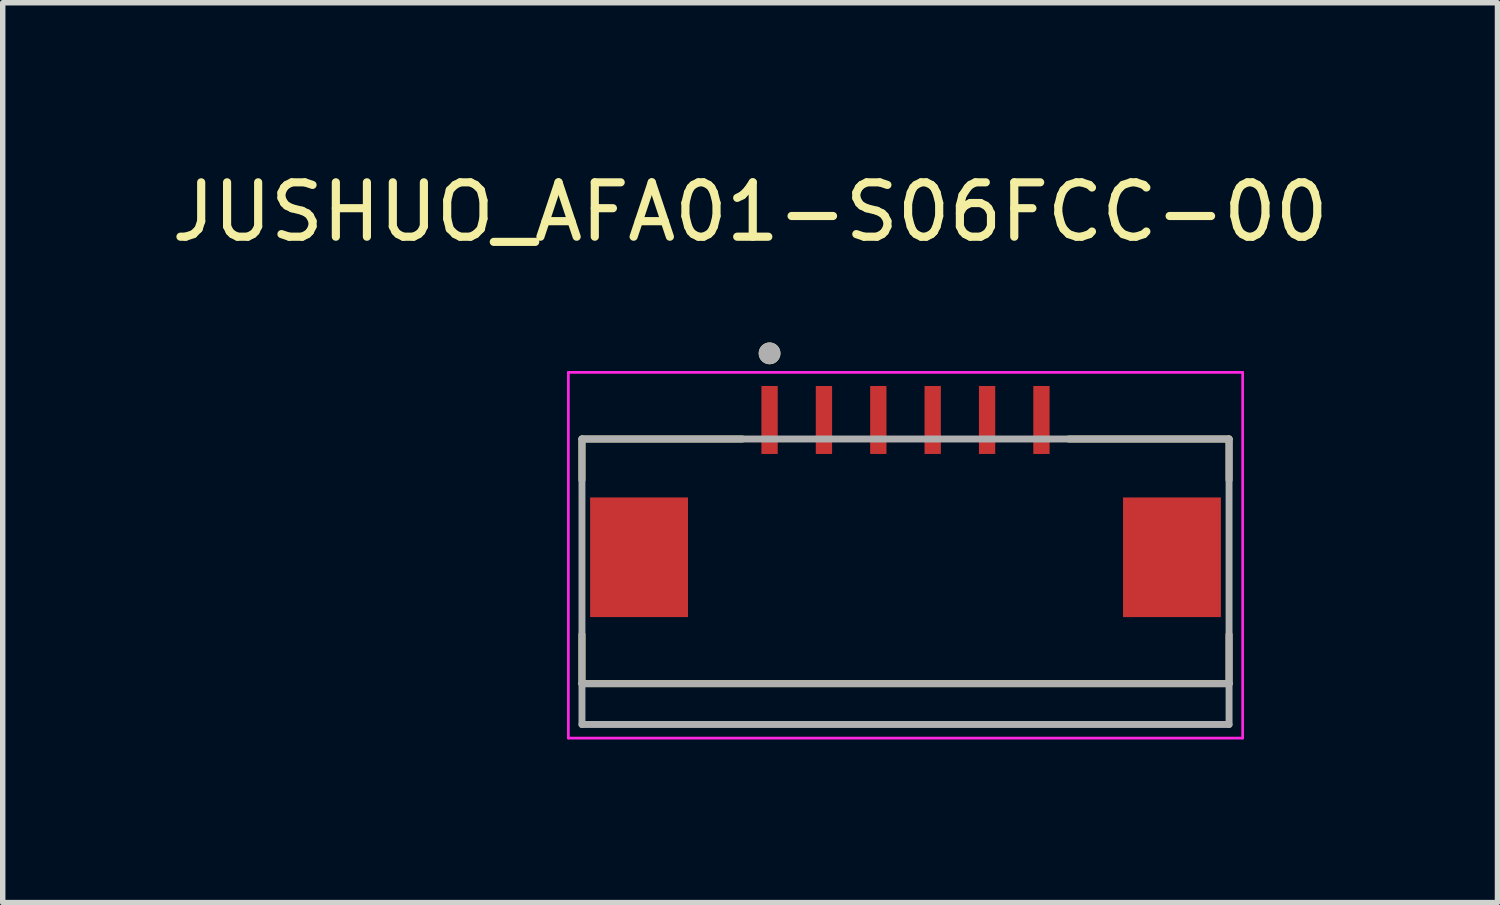
<source format=kicad_pcb>
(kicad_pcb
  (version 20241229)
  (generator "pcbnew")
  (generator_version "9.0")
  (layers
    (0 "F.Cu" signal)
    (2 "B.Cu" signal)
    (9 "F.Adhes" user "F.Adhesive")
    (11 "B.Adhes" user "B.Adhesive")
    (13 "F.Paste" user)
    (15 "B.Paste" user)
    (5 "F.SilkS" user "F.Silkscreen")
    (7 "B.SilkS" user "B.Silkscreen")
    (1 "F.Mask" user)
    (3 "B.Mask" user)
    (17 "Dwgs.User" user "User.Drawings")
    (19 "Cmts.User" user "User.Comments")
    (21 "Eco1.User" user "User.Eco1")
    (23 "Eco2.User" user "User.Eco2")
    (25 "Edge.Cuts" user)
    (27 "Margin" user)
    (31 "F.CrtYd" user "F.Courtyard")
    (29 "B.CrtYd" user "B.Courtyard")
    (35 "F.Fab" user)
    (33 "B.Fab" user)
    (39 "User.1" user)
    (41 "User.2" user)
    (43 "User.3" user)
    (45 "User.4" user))
  (footprint "JUSHUO_AFA01-S06FCC-00"
    (layer "F.Cu")
    (at 13.602 7.648)
    (property "Reference" "JUSHUO_AFA01-S06FCC-00" (at -2.857 -6.8 0) (layer "F.SilkS") (effects (font (size 1 1) (thickness 0.15))))
    (attr smd)
    (fp_line (start -5.95 -2.625) (end -3 -2.625) (stroke (width 0.127) (type solid)) (layer "F.SilkS"))
    (fp_line (start -5.95 -1.87) (end -5.95 -2.625) (stroke (width 0.127) (type solid)) (layer "F.SilkS"))
    (fp_line (start -5.95 1.875) (end -5.95 0.97) (stroke (width 0.127) (type solid)) (layer "F.SilkS"))
    (fp_line (start 5.95 -2.625) (end 3 -2.625) (stroke (width 0.127) (type solid)) (layer "F.SilkS"))
    (fp_line (start 5.95 -1.87) (end 5.95 -2.625) (stroke (width 0.127) (type solid)) (layer "F.SilkS"))
    (fp_line (start 5.95 0.97) (end 5.95 1.875) (stroke (width 0.127) (type solid)) (layer "F.SilkS"))
    (fp_line (start 5.95 1.875) (end -5.95 1.875) (stroke (width 0.127) (type solid)) (layer "F.SilkS"))
    (fp_circle (center -2.5 -4.2) (end -2.4 -4.2) (stroke (width 0.2) (type solid)) (fill no) (layer "F.SilkS"))
    (fp_line (start -6.2 -3.85) (end -6.2 2.875) (stroke (width 0.05) (type solid)) (layer "F.CrtYd"))
    (fp_line (start -6.2 2.875) (end 6.2 2.875) (stroke (width 0.05) (type solid)) (layer "F.CrtYd"))
    (fp_line (start 6.2 -3.85) (end -6.2 -3.85) (stroke (width 0.05) (type solid)) (layer "F.CrtYd"))
    (fp_line (start 6.2 2.875) (end 6.2 -3.85) (stroke (width 0.05) (type solid)) (layer "F.CrtYd"))
    (fp_line (start -5.95 -2.625) (end 5.95 -2.625) (stroke (width 0.127) (type solid)) (layer "F.Fab"))
    (fp_line (start -5.95 1.875) (end -5.95 -2.625) (stroke (width 0.127) (type solid)) (layer "F.Fab"))
    (fp_line (start -5.95 2.625) (end -5.95 1.875) (stroke (width 0.127) (type solid)) (layer "F.Fab"))
    (fp_line (start 5.95 -2.625) (end 5.95 1.875) (stroke (width 0.127) (type solid)) (layer "F.Fab"))
    (fp_line (start 5.95 1.875) (end -5.95 1.875) (stroke (width 0.127) (type solid)) (layer "F.Fab"))
    (fp_line (start 5.95 1.875) (end 5.95 2.625) (stroke (width 0.127) (type solid)) (layer "F.Fab"))
    (fp_line (start 5.95 2.625) (end -5.95 2.625) (stroke (width 0.127) (type solid)) (layer "F.Fab"))
    (fp_circle (center -2.5 -4.2) (end -2.4 -4.2) (stroke (width 0.2) (type solid)) (fill no) (layer "F.Fab"))
    (pad "1" smd rect (at -2.5 -2.975) (size 0.3 1.25) (layers "F.Cu" "F.Mask" "F.Paste"))
    (pad "2" smd rect (at -1.5 -2.975) (size 0.3 1.25) (layers "F.Cu" "F.Mask" "F.Paste"))
    (pad "3" smd rect (at -0.5 -2.975) (size 0.3 1.25) (layers "F.Cu" "F.Mask" "F.Paste"))
    (pad "4" smd rect (at 0.5 -2.975) (size 0.3 1.25) (layers "F.Cu" "F.Mask" "F.Paste"))
    (pad "5" smd rect (at 1.5 -2.975) (size 0.3 1.25) (layers "F.Cu" "F.Mask" "F.Paste"))
    (pad "6" smd rect (at 2.5 -2.975) (size 0.3 1.25) (layers "F.Cu" "F.Mask" "F.Paste"))
    (pad "SH1" smd rect (at -4.9 -0.45) (size 1.8 2.2) (layers "F.Cu" "F.Mask" "F.Paste"))
    (pad "SH2" smd rect (at 4.9 -0.45) (size 1.8 2.2) (layers "F.Cu" "F.Mask" "F.Paste")))
  (gr_rect
    (start -3 -3)
    (end 24.488 13.548)
    (stroke (width 0.1) (type default))
    (fill no)
    (layer "Edge.Cuts")))
</source>
